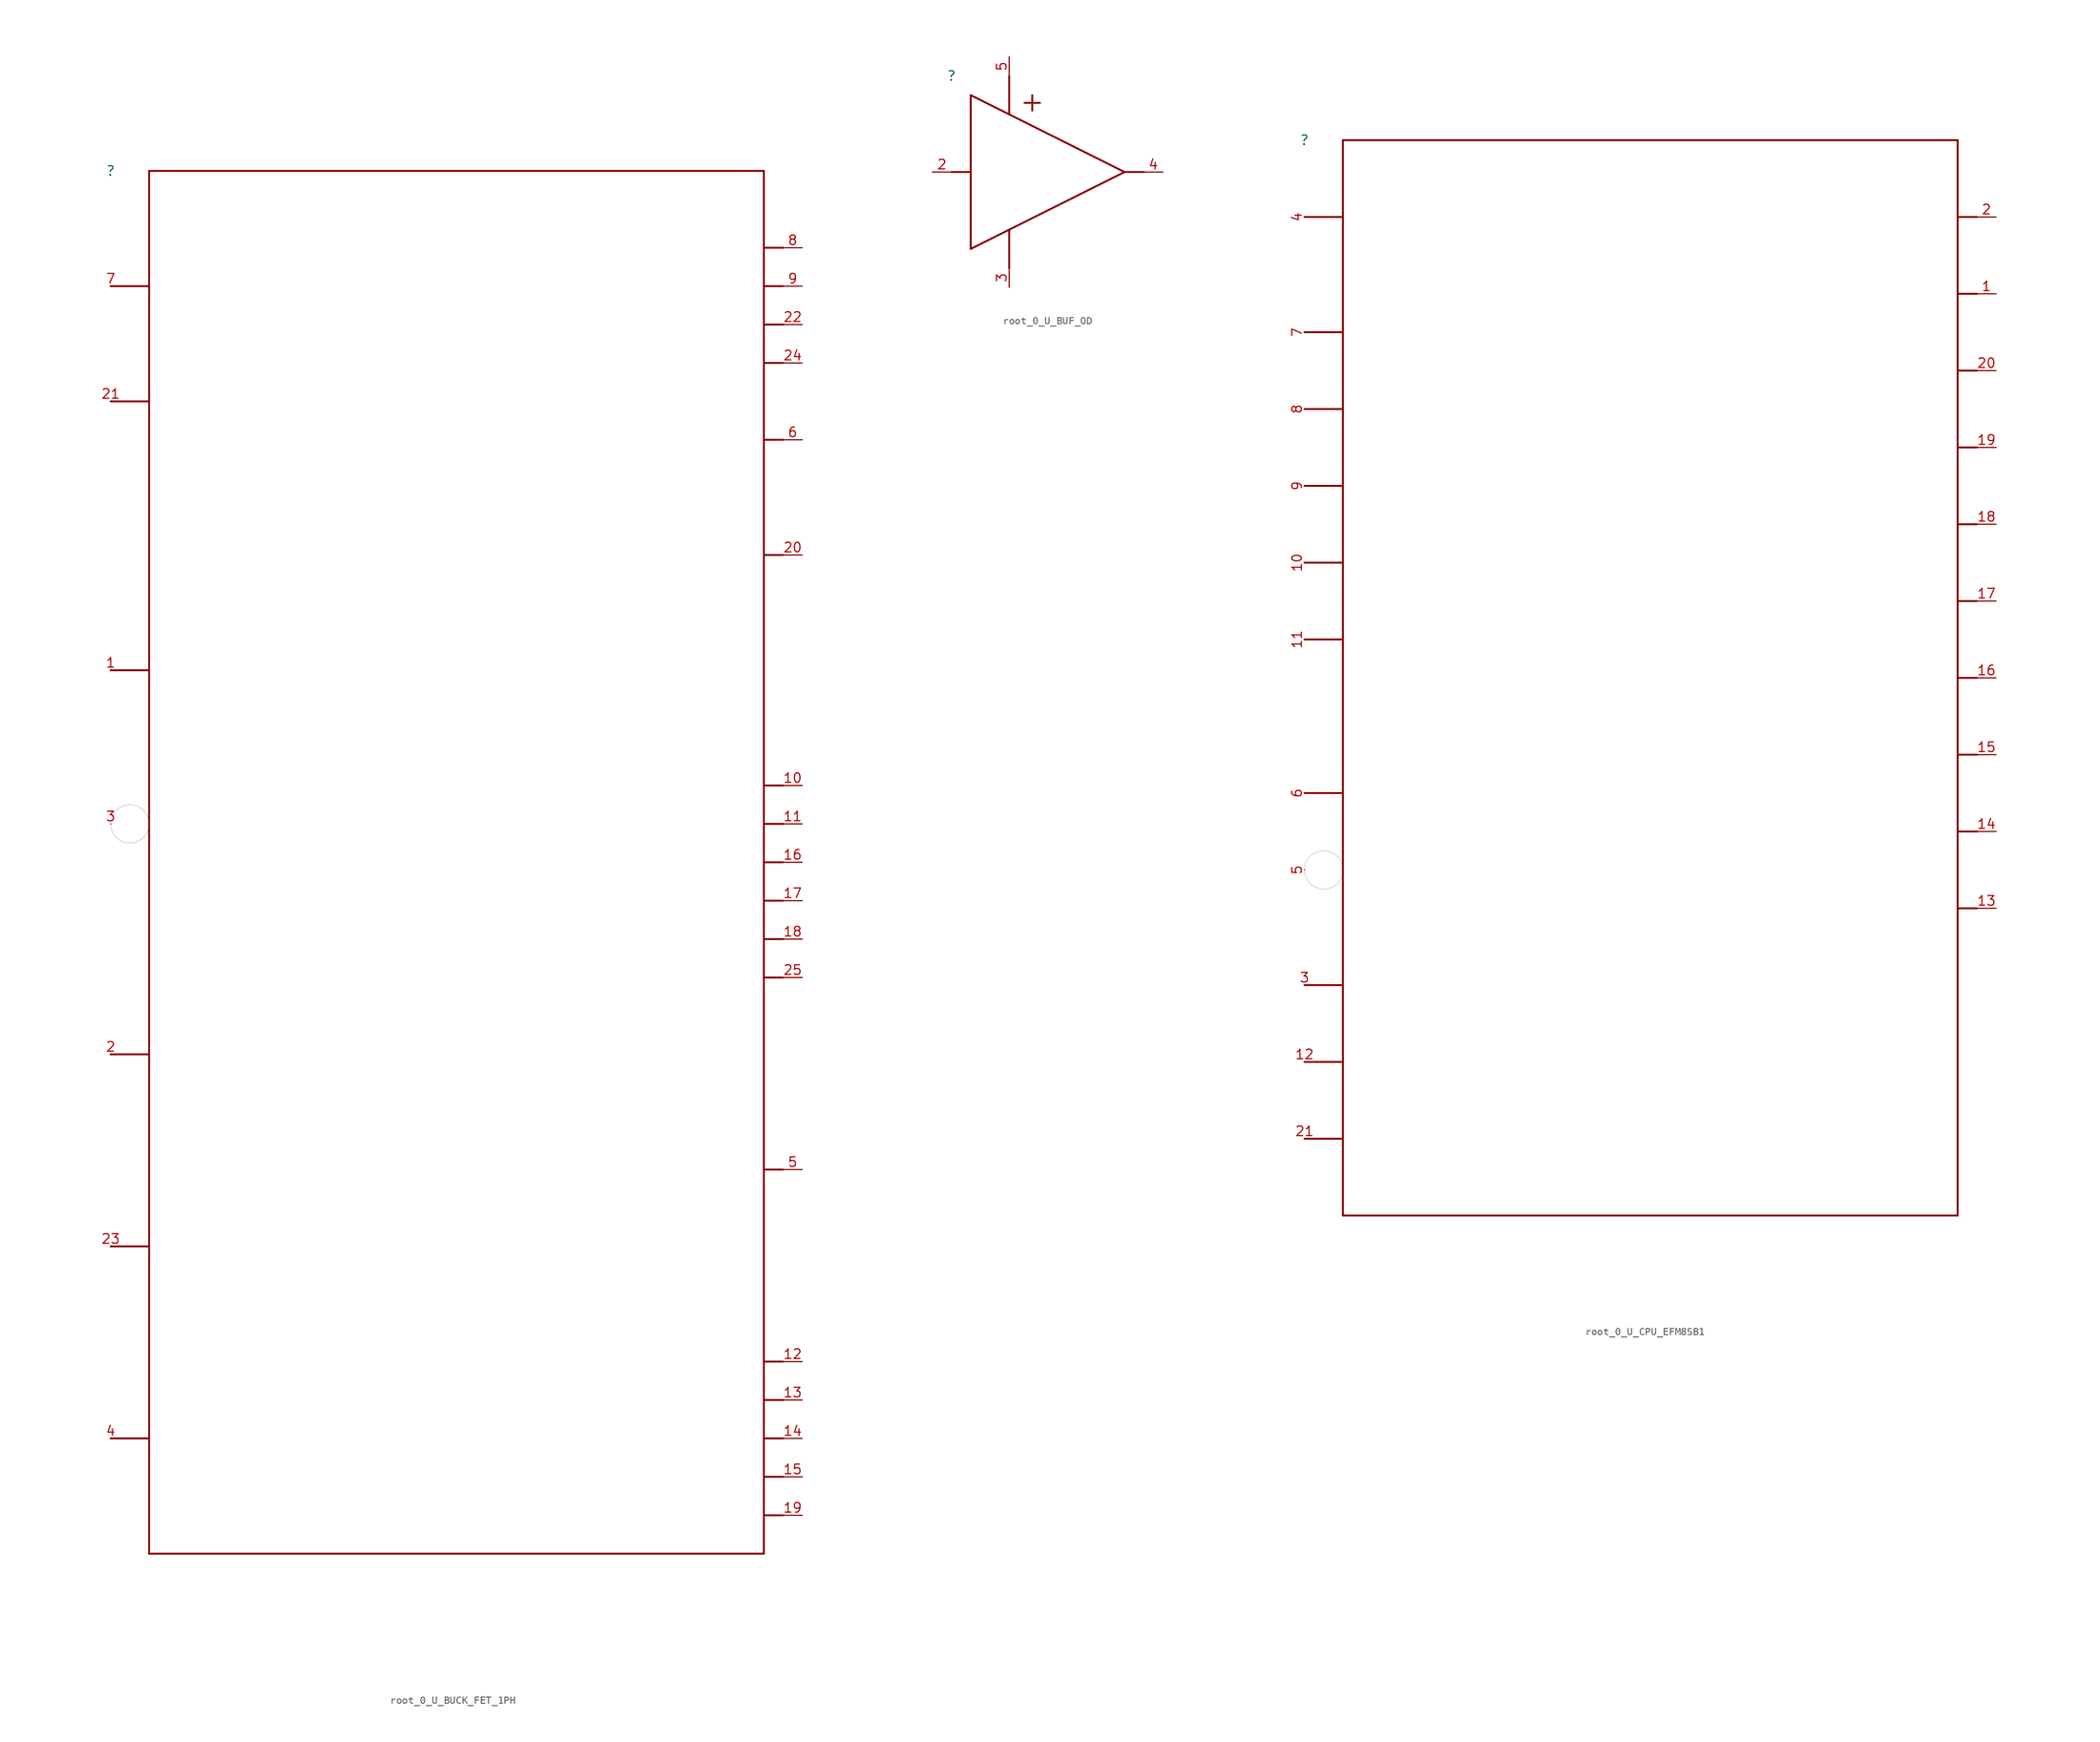
<source format=kicad_sym>
(kicad_symbol_lib
  (version 20220914)
  (generator kicad_symbol_editor)
  (symbol "root_0_U_BUCK_FET_1PH"
    (property "Reference" ""
      (at 0 0 0)
      (effects (font (size 1.27 1.27))))
    (property "Value" ""
      (at 0 0 0)
      (effects (font (size 1.27 1.27))))
    (symbol "root_0_U_BUCK_FET_1PH_1_0"
      (polyline (pts (xy 0 -167.64) (xy 5.08 -167.64)) (stroke (width 0.254) (type solid)) (fill (type none)))
      (polyline (pts (xy 0 -142.24) (xy 5.08 -142.24)) (stroke (width 0.254) (type solid)) (fill (type none)))
      (polyline (pts (xy 0 -116.84) (xy 5.08 -116.84)) (stroke (width 0.254) (type solid)) (fill (type none)))
      (polyline (pts (xy 0 -66.04) (xy 5.08 -66.04)) (stroke (width 0.254) (type solid)) (fill (type none)))
      (polyline (pts (xy 0 -30.48) (xy 5.08 -30.48)) (stroke (width 0.254) (type solid)) (fill (type none)))
      (polyline (pts (xy 0 -15.24) (xy 5.08 -15.24)) (stroke (width 0.254) (type solid)) (fill (type none)))
      (polyline (pts (xy 5.08 -182.88) (xy 86.36 -182.88)) (stroke (width 0.254) (type solid)) (fill (type none)))
      (polyline (pts (xy 5.08 0) (xy 5.08 -182.88)) (stroke (width 0.254) (type solid)) (fill (type none)))
      (polyline (pts (xy 5.08 0) (xy 86.36 0)) (stroke (width 0.254) (type solid)) (fill (type none)))
      (polyline (pts (xy 86.36 -177.8) (xy 88.9 -177.8)) (stroke (width 0.254) (type solid)) (fill (type none)))
      (polyline (pts (xy 86.36 -172.72) (xy 88.9 -172.72)) (stroke (width 0.254) (type solid)) (fill (type none)))
      (polyline (pts (xy 86.36 -167.64) (xy 88.9 -167.64)) (stroke (width 0.254) (type solid)) (fill (type none)))
      (polyline (pts (xy 86.36 -162.56) (xy 88.9 -162.56)) (stroke (width 0.254) (type solid)) (fill (type none)))
      (polyline (pts (xy 86.36 -157.48) (xy 88.9 -157.48)) (stroke (width 0.254) (type solid)) (fill (type none)))
      (polyline (pts (xy 86.36 -132.08) (xy 88.9 -132.08)) (stroke (width 0.254) (type solid)) (fill (type none)))
      (polyline (pts (xy 86.36 -106.68) (xy 88.9 -106.68)) (stroke (width 0.254) (type solid)) (fill (type none)))
      (polyline (pts (xy 86.36 -101.6) (xy 88.9 -101.6)) (stroke (width 0.254) (type solid)) (fill (type none)))
      (polyline (pts (xy 86.36 -96.52) (xy 88.9 -96.52)) (stroke (width 0.254) (type solid)) (fill (type none)))
      (polyline (pts (xy 86.36 -91.44) (xy 88.9 -91.44)) (stroke (width 0.254) (type solid)) (fill (type none)))
      (polyline (pts (xy 86.36 -86.36) (xy 88.9 -86.36)) (stroke (width 0.254) (type solid)) (fill (type none)))
      (polyline (pts (xy 86.36 -81.28) (xy 88.9 -81.28)) (stroke (width 0.254) (type solid)) (fill (type none)))
      (polyline (pts (xy 86.36 -50.8) (xy 88.9 -50.8)) (stroke (width 0.254) (type solid)) (fill (type none)))
      (polyline (pts (xy 86.36 -35.56) (xy 88.9 -35.56)) (stroke (width 0.254) (type solid)) (fill (type none)))
      (polyline (pts (xy 86.36 -25.4) (xy 88.9 -25.4)) (stroke (width 0.254) (type solid)) (fill (type none)))
      (polyline (pts (xy 86.36 -20.32) (xy 88.9 -20.32)) (stroke (width 0.254) (type solid)) (fill (type none)))
      (polyline (pts (xy 86.36 -15.24) (xy 88.9 -15.24)) (stroke (width 0.254) (type solid)) (fill (type none)))
      (polyline (pts (xy 86.36 -10.16) (xy 88.9 -10.16)) (stroke (width 0.254) (type solid)) (fill (type none)))
      (polyline (pts (xy 86.36 0) (xy 86.36 -182.88)) (stroke (width 0.254) (type solid)) (fill (type none)))
      (circle (center 2.54 -86.36) (radius 2.54) (stroke (width 0.0001) (type solid)) (fill (type none)))
      (pin bidirectional line (at 0 -66.04 180) (length 0) (name "PGOOD" (effects (font (size 0 0)))) (number "1" (effects (font (size 1.27 1.27)))))
      (pin bidirectional line (at 91.44 -81.28 180) (length 2.54) (name "SW1" (effects (font (size 0 0)))) (number "10" (effects (font (size 1.27 1.27)))))
      (pin bidirectional line (at 91.44 -86.36 180) (length 2.54) (name "SW2" (effects (font (size 0 0)))) (number "11" (effects (font (size 1.27 1.27)))))
      (pin input line (at 91.44 -157.48 180) (length 2.54) (name "PGND1" (effects (font (size 0 0)))) (number "12" (effects (font (size 1.27 1.27)))))
      (pin input line (at 91.44 -162.56 180) (length 2.54) (name "PGND2" (effects (font (size 0 0)))) (number "13" (effects (font (size 1.27 1.27)))))
      (pin input line (at 91.44 -167.64 180) (length 2.54) (name "PGND3" (effects (font (size 0 0)))) (number "14" (effects (font (size 1.27 1.27)))))
      (pin input line (at 91.44 -172.72 180) (length 2.54) (name "PGND4" (effects (font (size 0 0)))) (number "15" (effects (font (size 1.27 1.27)))))
      (pin bidirectional line (at 91.44 -91.44 180) (length 2.54) (name "SW3" (effects (font (size 0 0)))) (number "16" (effects (font (size 1.27 1.27)))))
      (pin bidirectional line (at 91.44 -96.52 180) (length 2.54) (name "SW4" (effects (font (size 0 0)))) (number "17" (effects (font (size 1.27 1.27)))))
      (pin bidirectional line (at 91.44 -101.6 180) (length 2.54) (name "SW5" (effects (font (size 0 0)))) (number "18" (effects (font (size 1.27 1.27)))))
      (pin input line (at 91.44 -177.8 180) (length 2.54) (name "PGND5" (effects (font (size 0 0)))) (number "19" (effects (font (size 1.27 1.27)))))
      (pin input line (at 0 -116.84 180) (length 0) (name "EN" (effects (font (size 0 0)))) (number "2" (effects (font (size 1.27 1.27)))))
      (pin bidirectional line (at 91.44 -50.8 180) (length 2.54) (name "BST" (effects (font (size 0 0)))) (number "20" (effects (font (size 1.27 1.27)))))
      (pin power_in line (at 0 -30.48 180) (length 0) (name "VCC" (effects (font (size 0 0)))) (number "21" (effects (font (size 1.27 1.27)))))
      (pin power_in line (at 91.44 -20.32 180) (length 2.54) (name "VIN3" (effects (font (size 0 0)))) (number "22" (effects (font (size 1.27 1.27)))))
      (pin input line (at 0 -142.24 180) (length 0) (name "SS" (effects (font (size 0 0)))) (number "23" (effects (font (size 1.27 1.27)))))
      (pin power_in line (at 91.44 -25.4 180) (length 2.54) (name "VIN4" (effects (font (size 0 0)))) (number "24" (effects (font (size 1.27 1.27)))))
      (pin bidirectional line (at 91.44 -106.68 180) (length 2.54) (name "SW6" (effects (font (size 0 0)))) (number "25" (effects (font (size 1.27 1.27)))))
      (pin input line (at 0 -86.36 180) (length 0) (name "PFM*" (effects (font (size 0 0)))) (number "3" (effects (font (size 1.27 1.27)))))
      (pin input line (at 0 -167.64 180) (length 0) (name "AGND" (effects (font (size 0 0)))) (number "4" (effects (font (size 1.27 1.27)))))
      (pin input line (at 91.44 -132.08 180) (length 2.54) (name "FB" (effects (font (size 0 0)))) (number "5" (effects (font (size 1.27 1.27)))))
      (pin bidirectional line (at 91.44 -35.56 180) (length 2.54) (name "TON" (effects (font (size 0 0)))) (number "6" (effects (font (size 1.27 1.27)))))
      (pin power_in line (at 0 -15.24 180) (length 0) (name "AIN" (effects (font (size 0 0)))) (number "7" (effects (font (size 1.27 1.27)))))
      (pin power_in line (at 91.44 -10.16 180) (length 2.54) (name "VIN1" (effects (font (size 0 0)))) (number "8" (effects (font (size 1.27 1.27)))))
      (pin power_in line (at 91.44 -15.24 180) (length 2.54) (name "VIN2" (effects (font (size 0 0)))) (number "9" (effects (font (size 1.27 1.27)))))))
  (symbol "root_0_U_BUF_OD"
    (property "Reference" ""
      (at 0 0 0)
      (effects (font (size 1.27 1.27))))
    (property "Value" ""
      (at 0 0 0)
      (effects (font (size 1.27 1.27))))
    (symbol "root_0_U_BUF_OD_1_0"
      (polyline (pts (xy 0 -12.7) (xy 2.54 -12.7)) (stroke (width 0.254) (type solid)) (fill (type none)))
      (polyline (pts (xy 2.54 -22.86) (xy 22.86 -12.7)) (stroke (width 0.254) (type solid)) (fill (type none)))
      (polyline (pts (xy 2.54 -2.54) (xy 2.54 -22.86)) (stroke (width 0.254) (type solid)) (fill (type none)))
      (polyline (pts (xy 2.54 -2.54) (xy 22.86 -12.7)) (stroke (width 0.254) (type solid)) (fill (type none)))
      (polyline (pts (xy 7.62 -20.32) (xy 7.62 -25.4)) (stroke (width 0.254) (type solid)) (fill (type none)))
      (polyline (pts (xy 7.62 0) (xy 7.62 -5.08)) (stroke (width 0.254) (type solid)) (fill (type none)))
      (polyline (pts (xy 9.652 -3.556) (xy 11.684 -3.556)) (stroke (width 0.254) (type solid)) (fill (type none)))
      (polyline (pts (xy 10.668 -2.54) (xy 10.668 -4.572)) (stroke (width 0.254) (type solid)) (fill (type none)))
      (polyline (pts (xy 22.86 -12.7) (xy 25.4 -12.7)) (stroke (width 0.254) (type solid)) (fill (type none)))
      (pin bidirectional line (at -2.54 -12.7 0) (length 2.54) (name "A" (effects (font (size 0 0)))) (number "2" (effects (font (size 1.27 1.27)))))
      (pin bidirectional line (at 7.62 -27.94 90) (length 2.54) (name "GND" (effects (font (size 0 0)))) (number "3" (effects (font (size 1.27 1.27)))))
      (pin bidirectional line (at 27.94 -12.7 180) (length 2.54) (name "Y" (effects (font (size 0 0)))) (number "4" (effects (font (size 1.27 1.27)))))
      (pin power_in line (at 7.62 2.54 270) (length 2.54) (name "VCC" (effects (font (size 0 0)))) (number "5" (effects (font (size 1.27 1.27)))))))
  (symbol "root_0_U_CPU_EFM8SB1"
    (property "Reference" ""
      (at 0 0 0)
      (effects (font (size 1.27 1.27))))
    (property "Value" ""
      (at 0 0 0)
      (effects (font (size 1.27 1.27))))
    (symbol "root_0_U_CPU_EFM8SB1_1_0"
      (polyline (pts (xy 0 -132.08) (xy 5.08 -132.08)) (stroke (width 0.254) (type solid)) (fill (type none)))
      (polyline (pts (xy 0 -121.92) (xy 5.08 -121.92)) (stroke (width 0.254) (type solid)) (fill (type none)))
      (polyline (pts (xy 0 -111.76) (xy 5.08 -111.76)) (stroke (width 0.254) (type solid)) (fill (type none)))
      (polyline (pts (xy 0 -86.36) (xy 5.08 -86.36)) (stroke (width 0.254) (type solid)) (fill (type none)))
      (polyline (pts (xy 0 -66.04) (xy 5.08 -66.04)) (stroke (width 0.254) (type solid)) (fill (type none)))
      (polyline (pts (xy 0 -55.88) (xy 5.08 -55.88)) (stroke (width 0.254) (type solid)) (fill (type none)))
      (polyline (pts (xy 0 -45.72) (xy 5.08 -45.72)) (stroke (width 0.254) (type solid)) (fill (type none)))
      (polyline (pts (xy 0 -35.56) (xy 5.08 -35.56)) (stroke (width 0.254) (type solid)) (fill (type none)))
      (polyline (pts (xy 0 -25.4) (xy 5.08 -25.4)) (stroke (width 0.254) (type solid)) (fill (type none)))
      (polyline (pts (xy 0 -10.16) (xy 5.08 -10.16)) (stroke (width 0.254) (type solid)) (fill (type none)))
      (polyline (pts (xy 5.08 -142.24) (xy 86.36 -142.24)) (stroke (width 0.254) (type solid)) (fill (type none)))
      (polyline (pts (xy 5.08 0) (xy 5.08 -142.24)) (stroke (width 0.254) (type solid)) (fill (type none)))
      (polyline (pts (xy 5.08 0) (xy 86.36 0)) (stroke (width 0.254) (type solid)) (fill (type none)))
      (polyline (pts (xy 86.36 -101.6) (xy 88.9 -101.6)) (stroke (width 0.254) (type solid)) (fill (type none)))
      (polyline (pts (xy 86.36 -91.44) (xy 88.9 -91.44)) (stroke (width 0.254) (type solid)) (fill (type none)))
      (polyline (pts (xy 86.36 -81.28) (xy 88.9 -81.28)) (stroke (width 0.254) (type solid)) (fill (type none)))
      (polyline (pts (xy 86.36 -71.12) (xy 88.9 -71.12)) (stroke (width 0.254) (type solid)) (fill (type none)))
      (polyline (pts (xy 86.36 -60.96) (xy 88.9 -60.96)) (stroke (width 0.254) (type solid)) (fill (type none)))
      (polyline (pts (xy 86.36 -50.8) (xy 88.9 -50.8)) (stroke (width 0.254) (type solid)) (fill (type none)))
      (polyline (pts (xy 86.36 -40.64) (xy 88.9 -40.64)) (stroke (width 0.254) (type solid)) (fill (type none)))
      (polyline (pts (xy 86.36 -30.48) (xy 88.9 -30.48)) (stroke (width 0.254) (type solid)) (fill (type none)))
      (polyline (pts (xy 86.36 -20.32) (xy 88.9 -20.32)) (stroke (width 0.254) (type solid)) (fill (type none)))
      (polyline (pts (xy 86.36 -10.16) (xy 88.9 -10.16)) (stroke (width 0.254) (type solid)) (fill (type none)))
      (polyline (pts (xy 86.36 0) (xy 86.36 -142.24)) (stroke (width 0.254) (type solid)) (fill (type none)))
      (circle (center 2.54 -96.52) (radius 2.54) (stroke (width 0.0001) (type solid)) (fill (type none)))
      (pin bidirectional line (at 91.44 -20.32 180) (length 2.54) (name "P0_1" (effects (font (size 0 0)))) (number "1" (effects (font (size 1.27 1.27)))))
      (pin bidirectional line (at 0 -55.88 270) (length 0) (name "P1_3" (effects (font (size 0 0)))) (number "10" (effects (font (size 1.27 1.27)))))
      (pin bidirectional line (at 0 -66.04 270) (length 0) (name "P1_2" (effects (font (size 0 0)))) (number "11" (effects (font (size 1.27 1.27)))))
      (pin input line (at 0 -121.92 0) (length 0) (name "GND2" (effects (font (size 0 0)))) (number "12" (effects (font (size 1.27 1.27)))))
      (pin bidirectional line (at 91.44 -101.6 180) (length 2.54) (name "P1_1" (effects (font (size 0 0)))) (number "13" (effects (font (size 1.27 1.27)))))
      (pin bidirectional line (at 91.44 -91.44 180) (length 2.54) (name "P1_0" (effects (font (size 0 0)))) (number "14" (effects (font (size 1.27 1.27)))))
      (pin bidirectional line (at 91.44 -81.28 180) (length 2.54) (name "P0_7" (effects (font (size 0 0)))) (number "15" (effects (font (size 1.27 1.27)))))
      (pin bidirectional line (at 91.44 -71.12 180) (length 2.54) (name "P0_6" (effects (font (size 0 0)))) (number "16" (effects (font (size 1.27 1.27)))))
      (pin bidirectional line (at 91.44 -60.96 180) (length 2.54) (name "P0_5" (effects (font (size 0 0)))) (number "17" (effects (font (size 1.27 1.27)))))
      (pin bidirectional line (at 91.44 -50.8 180) (length 2.54) (name "P0_4" (effects (font (size 0 0)))) (number "18" (effects (font (size 1.27 1.27)))))
      (pin bidirectional line (at 91.44 -40.64 180) (length 2.54) (name "P0_3" (effects (font (size 0 0)))) (number "19" (effects (font (size 1.27 1.27)))))
      (pin bidirectional line (at 91.44 -10.16 180) (length 2.54) (name "P0_0" (effects (font (size 0 0)))) (number "2" (effects (font (size 1.27 1.27)))))
      (pin bidirectional line (at 91.44 -30.48 180) (length 2.54) (name "P0_2" (effects (font (size 0 0)))) (number "20" (effects (font (size 1.27 1.27)))))
      (pin input line (at 0 -132.08 0) (length 0) (name "EPAD" (effects (font (size 0 0)))) (number "21" (effects (font (size 1.27 1.27)))))
      (pin input line (at 0 -111.76 0) (length 0) (name "GND1" (effects (font (size 0 0)))) (number "3" (effects (font (size 1.27 1.27)))))
      (pin power_in line (at 0 -10.16 270) (length 0) (name "VDD" (effects (font (size 0 0)))) (number "4" (effects (font (size 1.27 1.27)))))
      (pin bidirectional line (at 0 -96.52 270) (length 0) (name "RST*" (effects (font (size 0 0)))) (number "5" (effects (font (size 1.27 1.27)))))
      (pin bidirectional line (at 0 -86.36 270) (length 0) (name "P2_7_C2D" (effects (font (size 0 0)))) (number "6" (effects (font (size 1.27 1.27)))))
      (pin bidirectional line (at 0 -25.4 270) (length 0) (name "P1_7" (effects (font (size 0 0)))) (number "7" (effects (font (size 1.27 1.27)))))
      (pin bidirectional line (at 0 -35.56 270) (length 0) (name "P1_6" (effects (font (size 0 0)))) (number "8" (effects (font (size 1.27 1.27)))))
      (pin bidirectional line (at 0 -45.72 270) (length 0) (name "P1_5" (effects (font (size 0 0)))) (number "9" (effects (font (size 1.27 1.27))))))))
</source>
